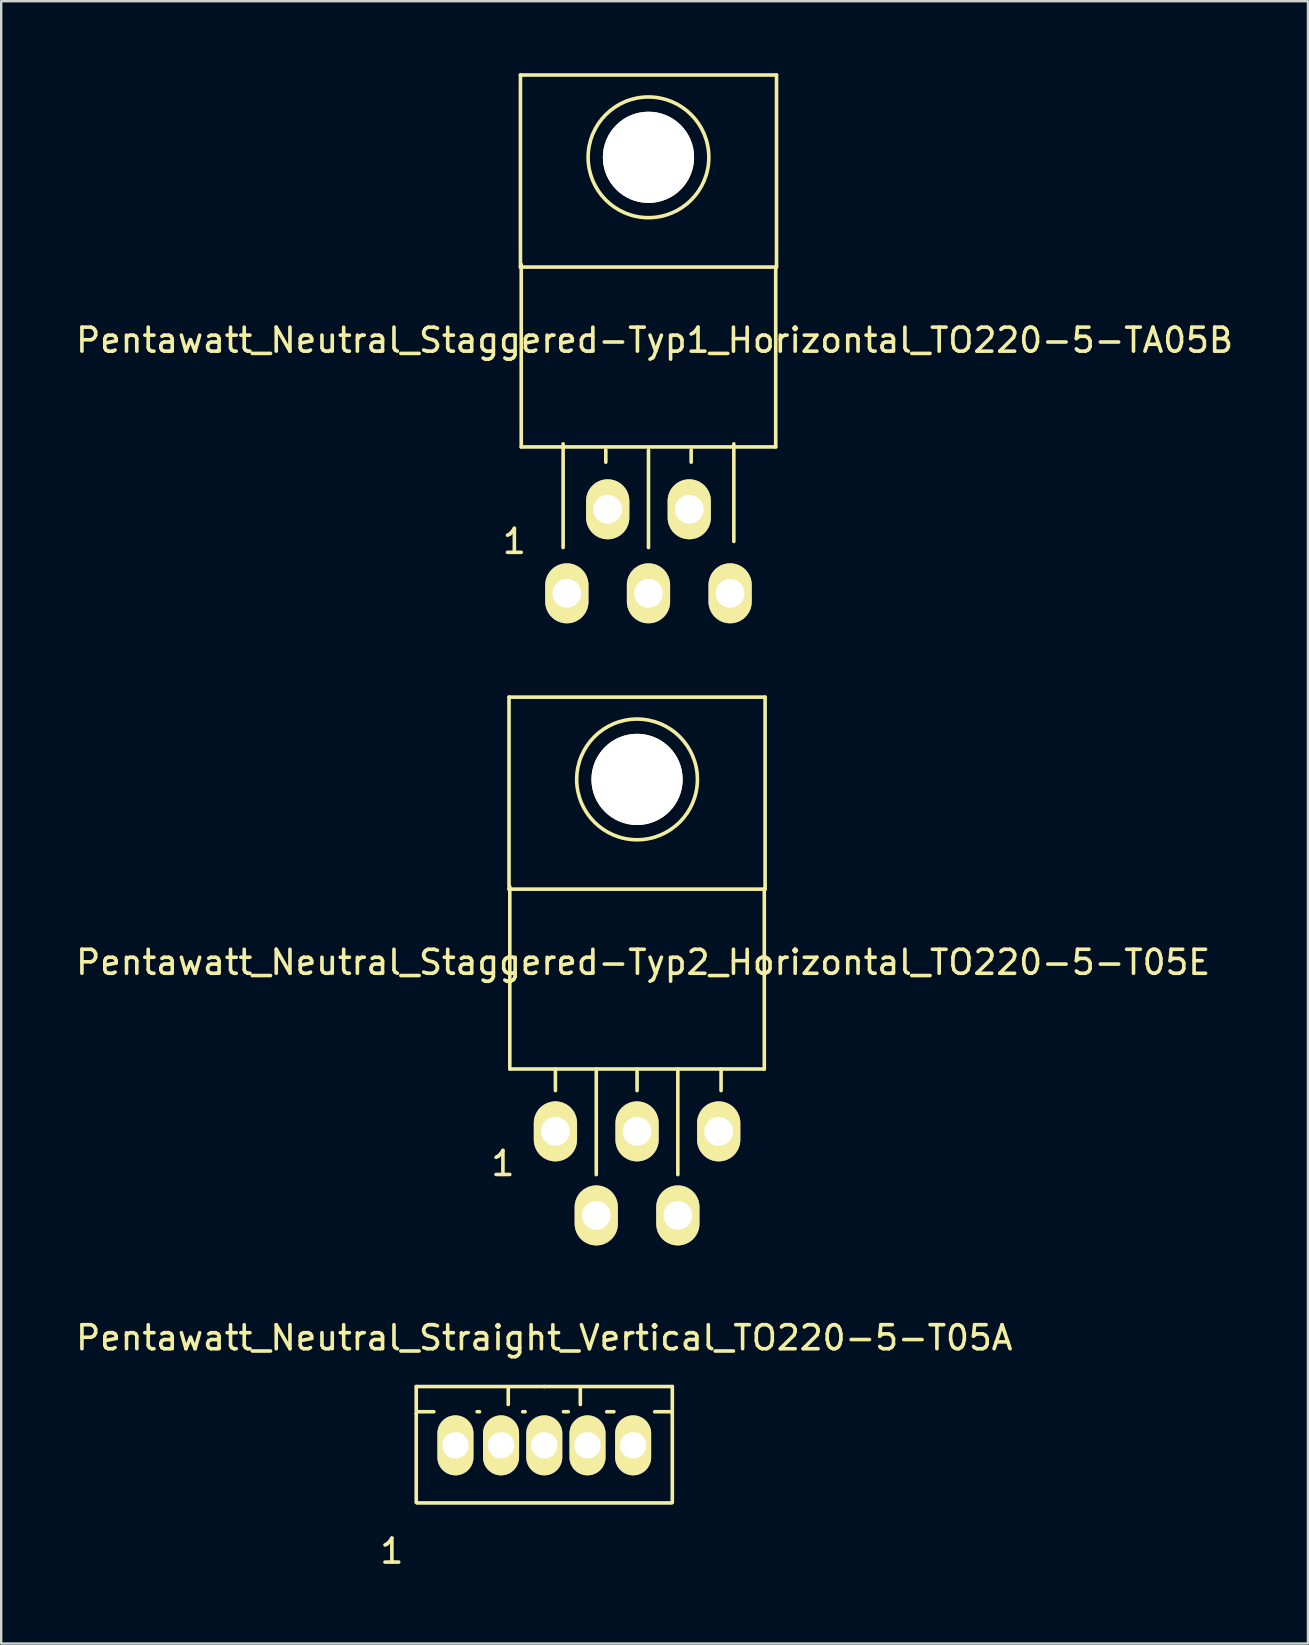
<source format=kicad_pcb>
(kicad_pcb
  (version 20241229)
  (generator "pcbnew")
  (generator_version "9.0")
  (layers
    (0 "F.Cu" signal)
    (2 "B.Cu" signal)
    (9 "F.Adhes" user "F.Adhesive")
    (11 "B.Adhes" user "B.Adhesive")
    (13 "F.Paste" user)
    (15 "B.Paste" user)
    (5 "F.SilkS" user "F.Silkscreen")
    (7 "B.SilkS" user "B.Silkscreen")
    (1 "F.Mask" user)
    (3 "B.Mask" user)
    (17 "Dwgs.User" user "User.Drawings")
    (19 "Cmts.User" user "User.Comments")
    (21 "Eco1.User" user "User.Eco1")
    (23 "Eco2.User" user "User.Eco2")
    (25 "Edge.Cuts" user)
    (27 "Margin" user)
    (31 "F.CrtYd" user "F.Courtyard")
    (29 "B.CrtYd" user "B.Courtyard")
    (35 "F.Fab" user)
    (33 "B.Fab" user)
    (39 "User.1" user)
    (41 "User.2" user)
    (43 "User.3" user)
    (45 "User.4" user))
  (footprint "Pentawatt_Neutral_Staggered-Typ2_Horizontal_TO220-5-T05E"
    (layer "F.Cu")
    (at 23.49 46.185)
    (property "Reference" "Pentawatt_Neutral_Staggered-Typ2_Horizontal_TO220-5-T05E" (at 0.254 -9.144 0) (layer "F.SilkS") (effects (font (size 1 1) (thickness 0.15))))
    (attr through_hole)
    (fp_line (start -5.334 -20.193) (end -5.334 -12.192) (stroke (width 0.15) (type solid)) (layer "F.SilkS"))
    (fp_line (start -5.301 -4.699) (end -5.301 -12.301) (stroke (width 0.15) (type solid)) (layer "F.SilkS"))
    (fp_line (start -5.301 -4.699) (end 5.301 -4.699) (stroke (width 0.15) (type solid)) (layer "F.SilkS"))
    (fp_line (start -3.401 -3.8) (end -3.401 -4.699) (stroke (width 0.15) (type solid)) (layer "F.SilkS"))
    (fp_line (start -1.699 -0.3) (end -1.699 -4.699) (stroke (width 0.15) (type solid)) (layer "F.SilkS"))
    (fp_line (start 0 -3.8) (end 0 -4.699) (stroke (width 0.15) (type solid)) (layer "F.SilkS"))
    (fp_line (start 1.699 -0.3) (end 1.699 -4.699) (stroke (width 0.15) (type solid)) (layer "F.SilkS"))
    (fp_line (start 3.5 -3.8) (end 3.5 -4.699) (stroke (width 0.15) (type solid)) (layer "F.SilkS"))
    (fp_line (start 5.301 -12.2) (end 5.301 -4.699) (stroke (width 0.15) (type solid)) (layer "F.SilkS"))
    (fp_line (start 5.334 -20.193) (end -5.334 -20.193) (stroke (width 0.15) (type solid)) (layer "F.SilkS"))
    (fp_line (start 5.334 -12.192) (end -5.334 -12.192) (stroke (width 0.15) (type solid)) (layer "F.SilkS"))
    (fp_line (start 5.334 -12.192) (end 5.334 -20.193) (stroke (width 0.15) (type solid)) (layer "F.SilkS"))
    (fp_circle (center 0 -16.764) (end 1.778 -14.986) (stroke (width 0.15) (type solid)) (fill no) (layer "F.SilkS"))
    (fp_text user "1" (at -5.588 -0.762 0) (layer "F.SilkS") (effects (font (size 1 1) (thickness 0.15))))
    (pad "" np_thru_hole circle (at 0 -16.764 90) (size 3.8 3.8) (drill 3.8) (layers "*.Cu" "*.Mask" "F.SilkS"))
    (pad "1" thru_hole oval (at -3.401 -2.101 90) (size 2.499 1.801) (drill 1.199) (layers "*.Cu" "*.Mask" "F.SilkS"))
    (pad "2" thru_hole oval (at -1.699 1.4 90) (size 2.499 1.801) (drill 1.199) (layers "*.Cu" "*.Mask" "F.SilkS"))
    (pad "3" thru_hole oval (at 0 -2.101 90) (size 2.499 1.801) (drill 1.199) (layers "*.Cu" "*.Mask" "F.SilkS"))
    (pad "4" thru_hole oval (at 1.699 1.4 90) (size 2.499 1.801) (drill 1.199) (layers "*.Cu" "*.Mask" "F.SilkS"))
    (pad "5" thru_hole oval (at 3.401 -2.101 90) (size 2.499 1.801) (drill 1.199) (layers "*.Cu" "*.Mask" "F.SilkS")))
  (footprint "Pentawatt_Neutral_Straight_Vertical_TO220-5-T05A"
    (layer "F.Cu")
    (at 19.625 57.763)
    (property "Reference" "Pentawatt_Neutral_Straight_Vertical_TO220-5-T05A" (at 0 -5.08 0) (layer "F.SilkS") (effects (font (size 1 1) (thickness 0.15))))
    (attr through_hole)
    (fp_line (start -5.334 -1.905) (end -5.334 -3.048) (stroke (width 0.15) (type solid)) (layer "F.SilkS"))
    (fp_line (start -5.334 1.778) (end -5.334 -1.905) (stroke (width 0.15) (type solid)) (layer "F.SilkS"))
    (fp_line (start -5.301 -1.999) (end -4.6 -1.999) (stroke (width 0.15) (type solid)) (layer "F.SilkS"))
    (fp_line (start -5.301 1.801) (end 5.301 1.801) (stroke (width 0.15) (type solid)) (layer "F.SilkS"))
    (fp_line (start -2.799 -1.999) (end -2.7 -1.999) (stroke (width 0.15) (type solid)) (layer "F.SilkS"))
    (fp_line (start -1.501 -3) (end -1.501 -2.301) (stroke (width 0.15) (type solid)) (layer "F.SilkS"))
    (fp_line (start -0.899 -1.999) (end -0.8 -1.999) (stroke (width 0.15) (type solid)) (layer "F.SilkS"))
    (fp_line (start 0 -3.048) (end -5.334 -3.048) (stroke (width 0.15) (type solid)) (layer "F.SilkS"))
    (fp_line (start 0 -3.048) (end 5.334 -3.048) (stroke (width 0.15) (type solid)) (layer "F.SilkS"))
    (fp_line (start 0.8 -1.999) (end 1.001 -1.999) (stroke (width 0.15) (type solid)) (layer "F.SilkS"))
    (fp_line (start 1.501 -3) (end 1.501 -2.301) (stroke (width 0.15) (type solid)) (layer "F.SilkS"))
    (fp_line (start 2.601 -1.999) (end 2.901 -1.999) (stroke (width 0.15) (type solid)) (layer "F.SilkS"))
    (fp_line (start 4.6 -1.999) (end 5.301 -1.999) (stroke (width 0.15) (type solid)) (layer "F.SilkS"))
    (fp_line (start 5.334 -3.048) (end 5.334 -1.905) (stroke (width 0.15) (type solid)) (layer "F.SilkS"))
    (fp_line (start 5.334 -1.905) (end 5.334 1.778) (stroke (width 0.15) (type solid)) (layer "F.SilkS"))
    (fp_text user "1" (at -6.35 3.81 0) (layer "F.SilkS") (effects (font (size 1 1) (thickness 0.15))))
    (pad "1" thru_hole oval (at -3.701 -0.599 90) (size 2.499 1.501) (drill 1.1) (layers "*.Cu" "*.Mask" "F.SilkS"))
    (pad "2" thru_hole oval (at -1.801 -0.599 90) (size 2.499 1.501) (drill 1.1) (layers "*.Cu" "*.Mask" "F.SilkS"))
    (pad "3" thru_hole oval (at 0 -0.599 90) (size 2.499 1.501) (drill 1.1) (layers "*.Cu" "*.Mask" "F.SilkS"))
    (pad "4" thru_hole oval (at 1.801 -0.599 90) (size 2.499 1.501) (drill 1.1) (layers "*.Cu" "*.Mask" "F.SilkS"))
    (pad "5" thru_hole oval (at 3.701 -0.599 90) (size 2.499 1.501) (drill 1.1) (layers "*.Cu" "*.Mask" "F.SilkS")))
  (footprint "Pentawatt_Neutral_Staggered-Typ1_Horizontal_TO220-5-TA05B"
    (layer "F.Cu")
    (at 23.966 20.268)
    (property "Reference" "Pentawatt_Neutral_Staggered-Typ1_Horizontal_TO220-5-TA05B" (at 0.254 -9.144 0) (layer "F.SilkS") (effects (font (size 1 1) (thickness 0.15))))
    (attr through_hole)
    (fp_line (start -5.334 -20.193) (end -5.334 -12.192) (stroke (width 0.15) (type solid)) (layer "F.SilkS"))
    (fp_line (start -5.301 -4.699) (end -5.301 -12.301) (stroke (width 0.15) (type solid)) (layer "F.SilkS"))
    (fp_line (start -5.301 -4.699) (end 5.301 -4.699) (stroke (width 0.15) (type solid)) (layer "F.SilkS"))
    (fp_line (start -3.556 -4.826) (end -3.556 -0.508) (stroke (width 0.15) (type solid)) (layer "F.SilkS"))
    (fp_line (start -1.778 -4.572) (end -1.778 -4.064) (stroke (width 0.15) (type solid)) (layer "F.SilkS"))
    (fp_line (start 0 -4.572) (end 0 -0.508) (stroke (width 0.15) (type solid)) (layer "F.SilkS"))
    (fp_line (start 1.778 -4.572) (end 1.778 -4.064) (stroke (width 0.15) (type solid)) (layer "F.SilkS"))
    (fp_line (start 3.556 -4.826) (end 3.556 -0.762) (stroke (width 0.15) (type solid)) (layer "F.SilkS"))
    (fp_line (start 5.301 -12.2) (end 5.301 -4.699) (stroke (width 0.15) (type solid)) (layer "F.SilkS"))
    (fp_line (start 5.334 -20.193) (end -5.334 -20.193) (stroke (width 0.15) (type solid)) (layer "F.SilkS"))
    (fp_line (start 5.334 -12.192) (end -5.334 -12.192) (stroke (width 0.15) (type solid)) (layer "F.SilkS"))
    (fp_line (start 5.334 -12.192) (end 5.334 -20.193) (stroke (width 0.15) (type solid)) (layer "F.SilkS"))
    (fp_circle (center 0 -16.764) (end 1.778 -14.986) (stroke (width 0.15) (type solid)) (fill no) (layer "F.SilkS"))
    (fp_text user "1" (at -5.588 -0.762 0) (layer "F.SilkS") (effects (font (size 1 1) (thickness 0.15))))
    (pad "" np_thru_hole circle (at 0 -16.764 90) (size 3.8 3.8) (drill 3.8) (layers "*.Cu" "*.Mask" "F.SilkS"))
    (pad "1" thru_hole oval (at -3.401 1.4 90) (size 2.499 1.801) (drill 1.199) (layers "*.Cu" "*.Mask" "F.SilkS"))
    (pad "2" thru_hole oval (at -1.699 -2.101 90) (size 2.499 1.801) (drill 1.199) (layers "*.Cu" "*.Mask" "F.SilkS"))
    (pad "3" thru_hole oval (at 0 1.4 90) (size 2.499 1.801) (drill 1.199) (layers "*.Cu" "*.Mask" "F.SilkS"))
    (pad "4" thru_hole oval (at 1.699 -2.101 90) (size 2.499 1.801) (drill 1.199) (layers "*.Cu" "*.Mask" "F.SilkS"))
    (pad "5" thru_hole oval (at 3.401 1.4 90) (size 2.499 1.801) (drill 1.199) (layers "*.Cu" "*.Mask" "F.SilkS")))
  (gr_rect
    (start -3 -3)
    (end 51.44 65.421)
    (stroke (width 0.1) (type default))
    (fill no)
    (layer "Edge.Cuts")))
</source>
